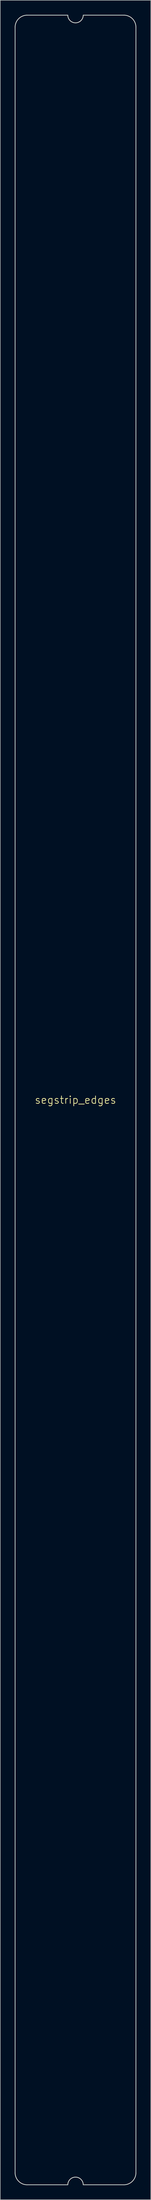
<source format=kicad_pcb>
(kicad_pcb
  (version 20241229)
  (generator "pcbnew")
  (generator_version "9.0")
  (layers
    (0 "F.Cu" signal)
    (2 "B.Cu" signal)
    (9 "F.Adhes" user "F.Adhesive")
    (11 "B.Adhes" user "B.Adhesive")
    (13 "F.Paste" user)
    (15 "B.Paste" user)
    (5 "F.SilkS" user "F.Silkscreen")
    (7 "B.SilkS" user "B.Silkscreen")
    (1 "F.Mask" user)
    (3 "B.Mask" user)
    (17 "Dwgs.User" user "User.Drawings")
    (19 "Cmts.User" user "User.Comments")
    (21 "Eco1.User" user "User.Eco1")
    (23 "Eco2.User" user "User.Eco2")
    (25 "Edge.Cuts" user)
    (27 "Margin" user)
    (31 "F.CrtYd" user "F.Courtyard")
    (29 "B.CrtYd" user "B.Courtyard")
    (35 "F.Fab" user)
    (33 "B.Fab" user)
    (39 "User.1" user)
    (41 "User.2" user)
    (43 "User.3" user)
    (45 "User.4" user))
  (footprint "segstrip_edges"
    (layer "F.Cu")
    (at 12.574 223.574)
    (property "Reference" "segstrip_edges" (at 0 0 0) (layer "F.SilkS") (effects (font (size 1.524 1.524) (thickness 0.15))))
    (attr through_hole)
    (fp_line (start -12.5 -221) (end -12.5 221) (stroke (width 0.148) (type solid)) (layer "Edge.Cuts"))
    (fp_line (start -12.5 221) (end -12.497 221.129) (stroke (width 0.148) (type solid)) (layer "Edge.Cuts"))
    (fp_line (start -12.497 -221.129) (end -12.5 -221) (stroke (width 0.148) (type solid)) (layer "Edge.Cuts"))
    (fp_line (start -12.497 221.129) (end -12.487 221.256) (stroke (width 0.148) (type solid)) (layer "Edge.Cuts"))
    (fp_line (start -12.487 -221.256) (end -12.497 -221.129) (stroke (width 0.148) (type solid)) (layer "Edge.Cuts"))
    (fp_line (start -12.487 221.256) (end -12.471 221.382) (stroke (width 0.148) (type solid)) (layer "Edge.Cuts"))
    (fp_line (start -12.471 -221.382) (end -12.487 -221.256) (stroke (width 0.148) (type solid)) (layer "Edge.Cuts"))
    (fp_line (start -12.471 221.382) (end -12.449 221.505) (stroke (width 0.148) (type solid)) (layer "Edge.Cuts"))
    (fp_line (start -12.449 -221.505) (end -12.471 -221.382) (stroke (width 0.148) (type solid)) (layer "Edge.Cuts"))
    (fp_line (start -12.449 221.505) (end -12.422 221.626) (stroke (width 0.148) (type solid)) (layer "Edge.Cuts"))
    (fp_line (start -12.422 -221.626) (end -12.449 -221.505) (stroke (width 0.148) (type solid)) (layer "Edge.Cuts"))
    (fp_line (start -12.422 221.626) (end -12.388 221.745) (stroke (width 0.148) (type solid)) (layer "Edge.Cuts"))
    (fp_line (start -12.388 -221.745) (end -12.422 -221.626) (stroke (width 0.148) (type solid)) (layer "Edge.Cuts"))
    (fp_line (start -12.388 221.745) (end -12.349 221.861) (stroke (width 0.148) (type solid)) (layer "Edge.Cuts"))
    (fp_line (start -12.349 -221.861) (end -12.388 -221.745) (stroke (width 0.148) (type solid)) (layer "Edge.Cuts"))
    (fp_line (start -12.349 221.861) (end -12.304 221.975) (stroke (width 0.148) (type solid)) (layer "Edge.Cuts"))
    (fp_line (start -12.304 -221.975) (end -12.349 -221.861) (stroke (width 0.148) (type solid)) (layer "Edge.Cuts"))
    (fp_line (start -12.304 221.975) (end -12.254 222.086) (stroke (width 0.148) (type solid)) (layer "Edge.Cuts"))
    (fp_line (start -12.254 -222.086) (end -12.304 -221.975) (stroke (width 0.148) (type solid)) (layer "Edge.Cuts"))
    (fp_line (start -12.254 222.086) (end -12.199 222.194) (stroke (width 0.148) (type solid)) (layer "Edge.Cuts"))
    (fp_line (start -12.199 -222.194) (end -12.254 -222.086) (stroke (width 0.148) (type solid)) (layer "Edge.Cuts"))
    (fp_line (start -12.199 222.194) (end -12.139 222.298) (stroke (width 0.148) (type solid)) (layer "Edge.Cuts"))
    (fp_line (start -12.139 -222.298) (end -12.199 -222.194) (stroke (width 0.148) (type solid)) (layer "Edge.Cuts"))
    (fp_line (start -12.139 222.298) (end -12.074 222.4) (stroke (width 0.148) (type solid)) (layer "Edge.Cuts"))
    (fp_line (start -12.074 -222.4) (end -12.139 -222.298) (stroke (width 0.148) (type solid)) (layer "Edge.Cuts"))
    (fp_line (start -12.074 222.4) (end -12.005 222.498) (stroke (width 0.148) (type solid)) (layer "Edge.Cuts"))
    (fp_line (start -12.005 -222.498) (end -12.074 -222.4) (stroke (width 0.148) (type solid)) (layer "Edge.Cuts"))
    (fp_line (start -12.005 222.498) (end -11.93 222.592) (stroke (width 0.148) (type solid)) (layer "Edge.Cuts"))
    (fp_line (start -11.93 -222.592) (end -12.005 -222.498) (stroke (width 0.148) (type solid)) (layer "Edge.Cuts"))
    (fp_line (start -11.93 222.592) (end -11.852 222.683) (stroke (width 0.148) (type solid)) (layer "Edge.Cuts"))
    (fp_line (start -11.852 -222.683) (end -11.93 -222.592) (stroke (width 0.148) (type solid)) (layer "Edge.Cuts"))
    (fp_line (start -11.852 222.683) (end -11.769 222.769) (stroke (width 0.148) (type solid)) (layer "Edge.Cuts"))
    (fp_line (start -11.769 -222.769) (end -11.852 -222.683) (stroke (width 0.148) (type solid)) (layer "Edge.Cuts"))
    (fp_line (start -11.769 222.769) (end -11.683 222.852) (stroke (width 0.148) (type solid)) (layer "Edge.Cuts"))
    (fp_line (start -11.683 -222.852) (end -11.769 -222.769) (stroke (width 0.148) (type solid)) (layer "Edge.Cuts"))
    (fp_line (start -11.683 222.852) (end -11.592 222.931) (stroke (width 0.148) (type solid)) (layer "Edge.Cuts"))
    (fp_line (start -11.592 -222.931) (end -11.683 -222.852) (stroke (width 0.148) (type solid)) (layer "Edge.Cuts"))
    (fp_line (start -11.592 222.931) (end -11.498 223.005) (stroke (width 0.148) (type solid)) (layer "Edge.Cuts"))
    (fp_line (start -11.498 -223.005) (end -11.592 -222.931) (stroke (width 0.148) (type solid)) (layer "Edge.Cuts"))
    (fp_line (start -11.498 223.005) (end -11.4 223.074) (stroke (width 0.148) (type solid)) (layer "Edge.Cuts"))
    (fp_line (start -11.4 -223.074) (end -11.498 -223.005) (stroke (width 0.148) (type solid)) (layer "Edge.Cuts"))
    (fp_line (start -11.4 223.074) (end -11.298 223.139) (stroke (width 0.148) (type solid)) (layer "Edge.Cuts"))
    (fp_line (start -11.298 -223.139) (end -11.4 -223.074) (stroke (width 0.148) (type solid)) (layer "Edge.Cuts"))
    (fp_line (start -11.298 223.139) (end -11.193 223.199) (stroke (width 0.148) (type solid)) (layer "Edge.Cuts"))
    (fp_line (start -11.193 -223.199) (end -11.298 -223.139) (stroke (width 0.148) (type solid)) (layer "Edge.Cuts"))
    (fp_line (start -11.193 223.199) (end -11.086 223.254) (stroke (width 0.148) (type solid)) (layer "Edge.Cuts"))
    (fp_line (start -11.086 -223.254) (end -11.193 -223.199) (stroke (width 0.148) (type solid)) (layer "Edge.Cuts"))
    (fp_line (start -11.086 223.254) (end -10.975 223.304) (stroke (width 0.148) (type solid)) (layer "Edge.Cuts"))
    (fp_line (start -10.975 -223.304) (end -11.086 -223.254) (stroke (width 0.148) (type solid)) (layer "Edge.Cuts"))
    (fp_line (start -10.975 223.304) (end -10.861 223.349) (stroke (width 0.148) (type solid)) (layer "Edge.Cuts"))
    (fp_line (start -10.861 -223.349) (end -10.975 -223.304) (stroke (width 0.148) (type solid)) (layer "Edge.Cuts"))
    (fp_line (start -10.861 223.349) (end -10.745 223.388) (stroke (width 0.148) (type solid)) (layer "Edge.Cuts"))
    (fp_line (start -10.745 -223.388) (end -10.861 -223.349) (stroke (width 0.148) (type solid)) (layer "Edge.Cuts"))
    (fp_line (start -10.745 223.388) (end -10.626 223.422) (stroke (width 0.148) (type solid)) (layer "Edge.Cuts"))
    (fp_line (start -10.626 -223.422) (end -10.745 -223.388) (stroke (width 0.148) (type solid)) (layer "Edge.Cuts"))
    (fp_line (start -10.626 223.422) (end -10.505 223.449) (stroke (width 0.148) (type solid)) (layer "Edge.Cuts"))
    (fp_line (start -10.505 -223.449) (end -10.626 -223.422) (stroke (width 0.148) (type solid)) (layer "Edge.Cuts"))
    (fp_line (start -10.505 223.449) (end -10.382 223.471) (stroke (width 0.148) (type solid)) (layer "Edge.Cuts"))
    (fp_line (start -10.382 -223.471) (end -10.505 -223.449) (stroke (width 0.148) (type solid)) (layer "Edge.Cuts"))
    (fp_line (start -10.382 223.471) (end -10.256 223.487) (stroke (width 0.148) (type solid)) (layer "Edge.Cuts"))
    (fp_line (start -10.256 -223.487) (end -10.382 -223.471) (stroke (width 0.148) (type solid)) (layer "Edge.Cuts"))
    (fp_line (start -10.256 223.487) (end -10.129 223.497) (stroke (width 0.148) (type solid)) (layer "Edge.Cuts"))
    (fp_line (start -10.129 -223.497) (end -10.256 -223.487) (stroke (width 0.148) (type solid)) (layer "Edge.Cuts"))
    (fp_line (start -10.129 223.497) (end -10 223.5) (stroke (width 0.148) (type solid)) (layer "Edge.Cuts"))
    (fp_line (start -10 -223.5) (end -10.129 -223.497) (stroke (width 0.148) (type solid)) (layer "Edge.Cuts"))
    (fp_line (start -10 223.5) (end -1.599 223.5) (stroke (width 0.148) (type solid)) (layer "Edge.Cuts"))
    (fp_line (start -1.599 -223.5) (end -10 -223.5) (stroke (width 0.148) (type solid)) (layer "Edge.Cuts"))
    (fp_line (start -1.599 223.5) (end -1.596 223.418) (stroke (width 0.148) (type solid)) (layer "Edge.Cuts"))
    (fp_line (start -1.596 -223.418) (end -1.599 -223.5) (stroke (width 0.148) (type solid)) (layer "Edge.Cuts"))
    (fp_line (start -1.596 223.418) (end -1.589 223.338) (stroke (width 0.148) (type solid)) (layer "Edge.Cuts"))
    (fp_line (start -1.589 -223.338) (end -1.596 -223.418) (stroke (width 0.148) (type solid)) (layer "Edge.Cuts"))
    (fp_line (start -1.589 223.338) (end -1.578 223.259) (stroke (width 0.148) (type solid)) (layer "Edge.Cuts"))
    (fp_line (start -1.578 -223.259) (end -1.589 -223.338) (stroke (width 0.148) (type solid)) (layer "Edge.Cuts"))
    (fp_line (start -1.578 223.259) (end -1.563 223.181) (stroke (width 0.148) (type solid)) (layer "Edge.Cuts"))
    (fp_line (start -1.563 -223.181) (end -1.578 -223.259) (stroke (width 0.148) (type solid)) (layer "Edge.Cuts"))
    (fp_line (start -1.563 223.181) (end -1.544 223.104) (stroke (width 0.148) (type solid)) (layer "Edge.Cuts"))
    (fp_line (start -1.545 -223.104) (end -1.563 -223.181) (stroke (width 0.148) (type solid)) (layer "Edge.Cuts"))
    (fp_line (start -1.544 223.104) (end -1.522 223.029) (stroke (width 0.148) (type solid)) (layer "Edge.Cuts"))
    (fp_line (start -1.523 -223.029) (end -1.545 -223.104) (stroke (width 0.148) (type solid)) (layer "Edge.Cuts"))
    (fp_line (start -1.522 223.029) (end -1.497 222.956) (stroke (width 0.148) (type solid)) (layer "Edge.Cuts"))
    (fp_line (start -1.497 -222.956) (end -1.523 -223.029) (stroke (width 0.148) (type solid)) (layer "Edge.Cuts"))
    (fp_line (start -1.497 222.956) (end -1.468 222.884) (stroke (width 0.148) (type solid)) (layer "Edge.Cuts"))
    (fp_line (start -1.468 -222.884) (end -1.497 -222.956) (stroke (width 0.148) (type solid)) (layer "Edge.Cuts"))
    (fp_line (start -1.468 222.884) (end -1.435 222.814) (stroke (width 0.148) (type solid)) (layer "Edge.Cuts"))
    (fp_line (start -1.436 -222.814) (end -1.468 -222.884) (stroke (width 0.148) (type solid)) (layer "Edge.Cuts"))
    (fp_line (start -1.435 222.814) (end -1.4 222.746) (stroke (width 0.148) (type solid)) (layer "Edge.Cuts"))
    (fp_line (start -1.4 -222.746) (end -1.436 -222.814) (stroke (width 0.148) (type solid)) (layer "Edge.Cuts"))
    (fp_line (start -1.4 222.746) (end -1.361 222.68) (stroke (width 0.148) (type solid)) (layer "Edge.Cuts"))
    (fp_line (start -1.361 -222.679) (end -1.4 -222.746) (stroke (width 0.148) (type solid)) (layer "Edge.Cuts"))
    (fp_line (start -1.361 222.68) (end -1.319 222.615) (stroke (width 0.148) (type solid)) (layer "Edge.Cuts"))
    (fp_line (start -1.319 -222.615) (end -1.361 -222.679) (stroke (width 0.148) (type solid)) (layer "Edge.Cuts"))
    (fp_line (start -1.319 222.615) (end -1.274 222.554) (stroke (width 0.148) (type solid)) (layer "Edge.Cuts"))
    (fp_line (start -1.275 -222.553) (end -1.319 -222.615) (stroke (width 0.148) (type solid)) (layer "Edge.Cuts"))
    (fp_line (start -1.274 222.554) (end -1.227 222.494) (stroke (width 0.148) (type solid)) (layer "Edge.Cuts"))
    (fp_line (start -1.227 -222.494) (end -1.275 -222.553) (stroke (width 0.148) (type solid)) (layer "Edge.Cuts"))
    (fp_line (start -1.227 222.494) (end -1.177 222.437) (stroke (width 0.148) (type solid)) (layer "Edge.Cuts"))
    (fp_line (start -1.177 -222.436) (end -1.227 -222.494) (stroke (width 0.148) (type solid)) (layer "Edge.Cuts"))
    (fp_line (start -1.177 222.437) (end -1.124 222.382) (stroke (width 0.148) (type solid)) (layer "Edge.Cuts"))
    (fp_line (start -1.124 -222.382) (end -1.177 -222.436) (stroke (width 0.148) (type solid)) (layer "Edge.Cuts"))
    (fp_line (start -1.124 222.382) (end -1.068 222.33) (stroke (width 0.148) (type solid)) (layer "Edge.Cuts"))
    (fp_line (start -1.069 -222.329) (end -1.124 -222.382) (stroke (width 0.148) (type solid)) (layer "Edge.Cuts"))
    (fp_line (start -1.068 222.33) (end -1.01 222.28) (stroke (width 0.148) (type solid)) (layer "Edge.Cuts"))
    (fp_line (start -1.011 -222.28) (end -1.069 -222.329) (stroke (width 0.148) (type solid)) (layer "Edge.Cuts"))
    (fp_line (start -1.01 222.28) (end -0.95 222.233) (stroke (width 0.148) (type solid)) (layer "Edge.Cuts"))
    (fp_line (start -0.951 -222.233) (end -1.011 -222.28) (stroke (width 0.148) (type solid)) (layer "Edge.Cuts"))
    (fp_line (start -0.95 222.233) (end -0.888 222.189) (stroke (width 0.148) (type solid)) (layer "Edge.Cuts"))
    (fp_line (start -0.888 -222.189) (end -0.951 -222.233) (stroke (width 0.148) (type solid)) (layer "Edge.Cuts"))
    (fp_line (start -0.888 222.189) (end -0.823 222.148) (stroke (width 0.148) (type solid)) (layer "Edge.Cuts"))
    (fp_line (start -0.823 -222.148) (end -0.888 -222.189) (stroke (width 0.148) (type solid)) (layer "Edge.Cuts"))
    (fp_line (start -0.823 222.148) (end -0.757 222.11) (stroke (width 0.148) (type solid)) (layer "Edge.Cuts"))
    (fp_line (start -0.757 -222.11) (end -0.823 -222.148) (stroke (width 0.148) (type solid)) (layer "Edge.Cuts"))
    (fp_line (start -0.757 222.11) (end -0.688 222.075) (stroke (width 0.148) (type solid)) (layer "Edge.Cuts"))
    (fp_line (start -0.688 -222.075) (end -0.757 -222.11) (stroke (width 0.148) (type solid)) (layer "Edge.Cuts"))
    (fp_line (start -0.688 222.075) (end -0.618 222.044) (stroke (width 0.148) (type solid)) (layer "Edge.Cuts"))
    (fp_line (start -0.618 -222.044) (end -0.688 -222.075) (stroke (width 0.148) (type solid)) (layer "Edge.Cuts"))
    (fp_line (start -0.618 222.044) (end -0.546 222.016) (stroke (width 0.148) (type solid)) (layer "Edge.Cuts"))
    (fp_line (start -0.546 -222.015) (end -0.618 -222.044) (stroke (width 0.148) (type solid)) (layer "Edge.Cuts"))
    (fp_line (start -0.546 222.016) (end -0.472 221.991) (stroke (width 0.148) (type solid)) (layer "Edge.Cuts"))
    (fp_line (start -0.472 -221.991) (end -0.546 -222.015) (stroke (width 0.148) (type solid)) (layer "Edge.Cuts"))
    (fp_line (start -0.472 221.991) (end -0.396 221.97) (stroke (width 0.148) (type solid)) (layer "Edge.Cuts"))
    (fp_line (start -0.397 -221.969) (end -0.472 -221.991) (stroke (width 0.148) (type solid)) (layer "Edge.Cuts"))
    (fp_line (start -0.396 221.97) (end -0.32 221.952) (stroke (width 0.148) (type solid)) (layer "Edge.Cuts"))
    (fp_line (start -0.32 -221.952) (end -0.397 -221.969) (stroke (width 0.148) (type solid)) (layer "Edge.Cuts"))
    (fp_line (start -0.32 221.952) (end -0.242 221.938) (stroke (width 0.148) (type solid)) (layer "Edge.Cuts"))
    (fp_line (start -0.242 -221.938) (end -0.32 -221.952) (stroke (width 0.148) (type solid)) (layer "Edge.Cuts"))
    (fp_line (start -0.242 221.938) (end -0.162 221.928) (stroke (width 0.148) (type solid)) (layer "Edge.Cuts"))
    (fp_line (start -0.162 -221.928) (end -0.242 -221.938) (stroke (width 0.148) (type solid)) (layer "Edge.Cuts"))
    (fp_line (start -0.162 221.928) (end -0.082 221.922) (stroke (width 0.148) (type solid)) (layer "Edge.Cuts"))
    (fp_line (start -0.082 -221.922) (end -0.162 -221.928) (stroke (width 0.148) (type solid)) (layer "Edge.Cuts"))
    (fp_line (start -0.082 221.922) (end 0 221.92) (stroke (width 0.148) (type solid)) (layer "Edge.Cuts"))
    (fp_line (start 0 -221.92) (end -0.082 -221.922) (stroke (width 0.148) (type solid)) (layer "Edge.Cuts"))
    (fp_line (start 0 221.92) (end 0.082 221.922) (stroke (width 0.148) (type solid)) (layer "Edge.Cuts"))
    (fp_line (start 0.082 -221.922) (end 0 -221.92) (stroke (width 0.148) (type solid)) (layer "Edge.Cuts"))
    (fp_line (start 0.082 221.922) (end 0.162 221.928) (stroke (width 0.148) (type solid)) (layer "Edge.Cuts"))
    (fp_line (start 0.162 -221.928) (end 0.082 -221.922) (stroke (width 0.148) (type solid)) (layer "Edge.Cuts"))
    (fp_line (start 0.162 221.928) (end 0.242 221.938) (stroke (width 0.148) (type solid)) (layer "Edge.Cuts"))
    (fp_line (start 0.242 -221.938) (end 0.162 -221.928) (stroke (width 0.148) (type solid)) (layer "Edge.Cuts"))
    (fp_line (start 0.242 221.938) (end 0.32 221.952) (stroke (width 0.148) (type solid)) (layer "Edge.Cuts"))
    (fp_line (start 0.32 -221.952) (end 0.242 -221.938) (stroke (width 0.148) (type solid)) (layer "Edge.Cuts"))
    (fp_line (start 0.32 221.952) (end 0.397 221.969) (stroke (width 0.148) (type solid)) (layer "Edge.Cuts"))
    (fp_line (start 0.396 -221.97) (end 0.32 -221.952) (stroke (width 0.148) (type solid)) (layer "Edge.Cuts"))
    (fp_line (start 0.397 221.969) (end 0.472 221.991) (stroke (width 0.148) (type solid)) (layer "Edge.Cuts"))
    (fp_line (start 0.472 -221.991) (end 0.396 -221.97) (stroke (width 0.148) (type solid)) (layer "Edge.Cuts"))
    (fp_line (start 0.472 221.991) (end 0.546 222.015) (stroke (width 0.148) (type solid)) (layer "Edge.Cuts"))
    (fp_line (start 0.546 -222.016) (end 0.472 -221.991) (stroke (width 0.148) (type solid)) (layer "Edge.Cuts"))
    (fp_line (start 0.546 222.015) (end 0.618 222.044) (stroke (width 0.148) (type solid)) (layer "Edge.Cuts"))
    (fp_line (start 0.618 -222.044) (end 0.546 -222.016) (stroke (width 0.148) (type solid)) (layer "Edge.Cuts"))
    (fp_line (start 0.618 222.044) (end 0.688 222.075) (stroke (width 0.148) (type solid)) (layer "Edge.Cuts"))
    (fp_line (start 0.688 -222.075) (end 0.618 -222.044) (stroke (width 0.148) (type solid)) (layer "Edge.Cuts"))
    (fp_line (start 0.688 222.075) (end 0.757 222.11) (stroke (width 0.148) (type solid)) (layer "Edge.Cuts"))
    (fp_line (start 0.757 -222.11) (end 0.688 -222.075) (stroke (width 0.148) (type solid)) (layer "Edge.Cuts"))
    (fp_line (start 0.757 222.11) (end 0.823 222.148) (stroke (width 0.148) (type solid)) (layer "Edge.Cuts"))
    (fp_line (start 0.823 -222.148) (end 0.757 -222.11) (stroke (width 0.148) (type solid)) (layer "Edge.Cuts"))
    (fp_line (start 0.823 222.148) (end 0.888 222.189) (stroke (width 0.148) (type solid)) (layer "Edge.Cuts"))
    (fp_line (start 0.888 -222.189) (end 0.823 -222.148) (stroke (width 0.148) (type solid)) (layer "Edge.Cuts"))
    (fp_line (start 0.888 222.189) (end 0.951 222.233) (stroke (width 0.148) (type solid)) (layer "Edge.Cuts"))
    (fp_line (start 0.95 -222.233) (end 0.888 -222.189) (stroke (width 0.148) (type solid)) (layer "Edge.Cuts"))
    (fp_line (start 0.951 222.233) (end 1.011 222.28) (stroke (width 0.148) (type solid)) (layer "Edge.Cuts"))
    (fp_line (start 1.01 -222.28) (end 0.95 -222.233) (stroke (width 0.148) (type solid)) (layer "Edge.Cuts"))
    (fp_line (start 1.011 222.28) (end 1.069 222.329) (stroke (width 0.148) (type solid)) (layer "Edge.Cuts"))
    (fp_line (start 1.068 -222.33) (end 1.01 -222.28) (stroke (width 0.148) (type solid)) (layer "Edge.Cuts"))
    (fp_line (start 1.069 222.329) (end 1.124 222.382) (stroke (width 0.148) (type solid)) (layer "Edge.Cuts"))
    (fp_line (start 1.124 -222.382) (end 1.068 -222.33) (stroke (width 0.148) (type solid)) (layer "Edge.Cuts"))
    (fp_line (start 1.124 222.382) (end 1.177 222.436) (stroke (width 0.148) (type solid)) (layer "Edge.Cuts"))
    (fp_line (start 1.177 -222.437) (end 1.124 -222.382) (stroke (width 0.148) (type solid)) (layer "Edge.Cuts"))
    (fp_line (start 1.177 222.436) (end 1.227 222.494) (stroke (width 0.148) (type solid)) (layer "Edge.Cuts"))
    (fp_line (start 1.227 -222.494) (end 1.177 -222.437) (stroke (width 0.148) (type solid)) (layer "Edge.Cuts"))
    (fp_line (start 1.227 222.494) (end 1.275 222.553) (stroke (width 0.148) (type solid)) (layer "Edge.Cuts"))
    (fp_line (start 1.274 -222.554) (end 1.227 -222.494) (stroke (width 0.148) (type solid)) (layer "Edge.Cuts"))
    (fp_line (start 1.275 222.553) (end 1.32 222.615) (stroke (width 0.148) (type solid)) (layer "Edge.Cuts"))
    (fp_line (start 1.319 -222.615) (end 1.274 -222.554) (stroke (width 0.148) (type solid)) (layer "Edge.Cuts"))
    (fp_line (start 1.32 222.615) (end 1.361 222.679) (stroke (width 0.148) (type solid)) (layer "Edge.Cuts"))
    (fp_line (start 1.361 -222.68) (end 1.319 -222.615) (stroke (width 0.148) (type solid)) (layer "Edge.Cuts"))
    (fp_line (start 1.361 222.679) (end 1.4 222.746) (stroke (width 0.148) (type solid)) (layer "Edge.Cuts"))
    (fp_line (start 1.4 -222.746) (end 1.361 -222.68) (stroke (width 0.148) (type solid)) (layer "Edge.Cuts"))
    (fp_line (start 1.4 222.746) (end 1.436 222.814) (stroke (width 0.148) (type solid)) (layer "Edge.Cuts"))
    (fp_line (start 1.435 -222.814) (end 1.4 -222.746) (stroke (width 0.148) (type solid)) (layer "Edge.Cuts"))
    (fp_line (start 1.436 222.814) (end 1.468 222.884) (stroke (width 0.148) (type solid)) (layer "Edge.Cuts"))
    (fp_line (start 1.468 -222.884) (end 1.435 -222.814) (stroke (width 0.148) (type solid)) (layer "Edge.Cuts"))
    (fp_line (start 1.468 222.884) (end 1.497 222.956) (stroke (width 0.148) (type solid)) (layer "Edge.Cuts"))
    (fp_line (start 1.497 -222.956) (end 1.468 -222.884) (stroke (width 0.148) (type solid)) (layer "Edge.Cuts"))
    (fp_line (start 1.497 222.956) (end 1.523 223.029) (stroke (width 0.148) (type solid)) (layer "Edge.Cuts"))
    (fp_line (start 1.522 -223.029) (end 1.497 -222.956) (stroke (width 0.148) (type solid)) (layer "Edge.Cuts"))
    (fp_line (start 1.523 223.029) (end 1.545 223.104) (stroke (width 0.148) (type solid)) (layer "Edge.Cuts"))
    (fp_line (start 1.544 -223.104) (end 1.522 -223.029) (stroke (width 0.148) (type solid)) (layer "Edge.Cuts"))
    (fp_line (start 1.545 223.104) (end 1.563 223.181) (stroke (width 0.148) (type solid)) (layer "Edge.Cuts"))
    (fp_line (start 1.563 -223.181) (end 1.544 -223.104) (stroke (width 0.148) (type solid)) (layer "Edge.Cuts"))
    (fp_line (start 1.563 223.181) (end 1.578 223.259) (stroke (width 0.148) (type solid)) (layer "Edge.Cuts"))
    (fp_line (start 1.578 -223.259) (end 1.563 -223.181) (stroke (width 0.148) (type solid)) (layer "Edge.Cuts"))
    (fp_line (start 1.578 223.259) (end 1.589 223.338) (stroke (width 0.148) (type solid)) (layer "Edge.Cuts"))
    (fp_line (start 1.589 -223.338) (end 1.578 -223.259) (stroke (width 0.148) (type solid)) (layer "Edge.Cuts"))
    (fp_line (start 1.589 223.338) (end 1.596 223.418) (stroke (width 0.148) (type solid)) (layer "Edge.Cuts"))
    (fp_line (start 1.596 -223.418) (end 1.589 -223.338) (stroke (width 0.148) (type solid)) (layer "Edge.Cuts"))
    (fp_line (start 1.596 223.418) (end 1.599 223.5) (stroke (width 0.148) (type solid)) (layer "Edge.Cuts"))
    (fp_line (start 1.599 -223.5) (end 1.596 -223.418) (stroke (width 0.148) (type solid)) (layer "Edge.Cuts"))
    (fp_line (start 1.599 223.5) (end 10 223.5) (stroke (width 0.148) (type solid)) (layer "Edge.Cuts"))
    (fp_line (start 10 -223.5) (end 1.599 -223.5) (stroke (width 0.148) (type solid)) (layer "Edge.Cuts"))
    (fp_line (start 10 223.5) (end 10.129 223.497) (stroke (width 0.148) (type solid)) (layer "Edge.Cuts"))
    (fp_line (start 10.129 -223.497) (end 10 -223.5) (stroke (width 0.148) (type solid)) (layer "Edge.Cuts"))
    (fp_line (start 10.129 223.497) (end 10.256 223.487) (stroke (width 0.148) (type solid)) (layer "Edge.Cuts"))
    (fp_line (start 10.256 -223.487) (end 10.129 -223.497) (stroke (width 0.148) (type solid)) (layer "Edge.Cuts"))
    (fp_line (start 10.256 223.487) (end 10.382 223.471) (stroke (width 0.148) (type solid)) (layer "Edge.Cuts"))
    (fp_line (start 10.382 -223.471) (end 10.256 -223.487) (stroke (width 0.148) (type solid)) (layer "Edge.Cuts"))
    (fp_line (start 10.382 223.471) (end 10.505 223.449) (stroke (width 0.148) (type solid)) (layer "Edge.Cuts"))
    (fp_line (start 10.505 -223.449) (end 10.382 -223.471) (stroke (width 0.148) (type solid)) (layer "Edge.Cuts"))
    (fp_line (start 10.505 223.449) (end 10.626 223.422) (stroke (width 0.148) (type solid)) (layer "Edge.Cuts"))
    (fp_line (start 10.626 -223.422) (end 10.505 -223.449) (stroke (width 0.148) (type solid)) (layer "Edge.Cuts"))
    (fp_line (start 10.626 223.422) (end 10.745 223.388) (stroke (width 0.148) (type solid)) (layer "Edge.Cuts"))
    (fp_line (start 10.745 -223.388) (end 10.626 -223.422) (stroke (width 0.148) (type solid)) (layer "Edge.Cuts"))
    (fp_line (start 10.745 223.388) (end 10.861 223.349) (stroke (width 0.148) (type solid)) (layer "Edge.Cuts"))
    (fp_line (start 10.861 -223.349) (end 10.745 -223.388) (stroke (width 0.148) (type solid)) (layer "Edge.Cuts"))
    (fp_line (start 10.861 223.349) (end 10.975 223.304) (stroke (width 0.148) (type solid)) (layer "Edge.Cuts"))
    (fp_line (start 10.975 -223.304) (end 10.861 -223.349) (stroke (width 0.148) (type solid)) (layer "Edge.Cuts"))
    (fp_line (start 10.975 223.304) (end 11.086 223.254) (stroke (width 0.148) (type solid)) (layer "Edge.Cuts"))
    (fp_line (start 11.086 -223.254) (end 10.975 -223.304) (stroke (width 0.148) (type solid)) (layer "Edge.Cuts"))
    (fp_line (start 11.086 223.254) (end 11.193 223.199) (stroke (width 0.148) (type solid)) (layer "Edge.Cuts"))
    (fp_line (start 11.193 -223.199) (end 11.086 -223.254) (stroke (width 0.148) (type solid)) (layer "Edge.Cuts"))
    (fp_line (start 11.193 223.199) (end 11.298 223.139) (stroke (width 0.148) (type solid)) (layer "Edge.Cuts"))
    (fp_line (start 11.298 -223.139) (end 11.193 -223.199) (stroke (width 0.148) (type solid)) (layer "Edge.Cuts"))
    (fp_line (start 11.298 223.139) (end 11.4 223.074) (stroke (width 0.148) (type solid)) (layer "Edge.Cuts"))
    (fp_line (start 11.4 -223.074) (end 11.298 -223.139) (stroke (width 0.148) (type solid)) (layer "Edge.Cuts"))
    (fp_line (start 11.4 223.074) (end 11.498 223.005) (stroke (width 0.148) (type solid)) (layer "Edge.Cuts"))
    (fp_line (start 11.498 -223.005) (end 11.4 -223.074) (stroke (width 0.148) (type solid)) (layer "Edge.Cuts"))
    (fp_line (start 11.498 223.005) (end 11.592 222.931) (stroke (width 0.148) (type solid)) (layer "Edge.Cuts"))
    (fp_line (start 11.592 -222.931) (end 11.498 -223.005) (stroke (width 0.148) (type solid)) (layer "Edge.Cuts"))
    (fp_line (start 11.592 222.931) (end 11.683 222.852) (stroke (width 0.148) (type solid)) (layer "Edge.Cuts"))
    (fp_line (start 11.683 -222.852) (end 11.592 -222.931) (stroke (width 0.148) (type solid)) (layer "Edge.Cuts"))
    (fp_line (start 11.683 222.852) (end 11.769 222.769) (stroke (width 0.148) (type solid)) (layer "Edge.Cuts"))
    (fp_line (start 11.769 -222.769) (end 11.683 -222.852) (stroke (width 0.148) (type solid)) (layer "Edge.Cuts"))
    (fp_line (start 11.769 222.769) (end 11.852 222.683) (stroke (width 0.148) (type solid)) (layer "Edge.Cuts"))
    (fp_line (start 11.852 -222.683) (end 11.769 -222.769) (stroke (width 0.148) (type solid)) (layer "Edge.Cuts"))
    (fp_line (start 11.852 222.683) (end 11.93 222.592) (stroke (width 0.148) (type solid)) (layer "Edge.Cuts"))
    (fp_line (start 11.93 -222.592) (end 11.852 -222.683) (stroke (width 0.148) (type solid)) (layer "Edge.Cuts"))
    (fp_line (start 11.93 222.592) (end 12.005 222.498) (stroke (width 0.148) (type solid)) (layer "Edge.Cuts"))
    (fp_line (start 12.005 -222.498) (end 11.93 -222.592) (stroke (width 0.148) (type solid)) (layer "Edge.Cuts"))
    (fp_line (start 12.005 222.498) (end 12.074 222.4) (stroke (width 0.148) (type solid)) (layer "Edge.Cuts"))
    (fp_line (start 12.074 -222.4) (end 12.005 -222.498) (stroke (width 0.148) (type solid)) (layer "Edge.Cuts"))
    (fp_line (start 12.074 222.4) (end 12.139 222.298) (stroke (width 0.148) (type solid)) (layer "Edge.Cuts"))
    (fp_line (start 12.139 -222.298) (end 12.074 -222.4) (stroke (width 0.148) (type solid)) (layer "Edge.Cuts"))
    (fp_line (start 12.139 222.298) (end 12.199 222.194) (stroke (width 0.148) (type solid)) (layer "Edge.Cuts"))
    (fp_line (start 12.199 -222.194) (end 12.139 -222.298) (stroke (width 0.148) (type solid)) (layer "Edge.Cuts"))
    (fp_line (start 12.199 222.194) (end 12.254 222.086) (stroke (width 0.148) (type solid)) (layer "Edge.Cuts"))
    (fp_line (start 12.254 -222.086) (end 12.199 -222.194) (stroke (width 0.148) (type solid)) (layer "Edge.Cuts"))
    (fp_line (start 12.254 222.086) (end 12.304 221.975) (stroke (width 0.148) (type solid)) (layer "Edge.Cuts"))
    (fp_line (start 12.304 -221.975) (end 12.254 -222.086) (stroke (width 0.148) (type solid)) (layer "Edge.Cuts"))
    (fp_line (start 12.304 221.975) (end 12.349 221.861) (stroke (width 0.148) (type solid)) (layer "Edge.Cuts"))
    (fp_line (start 12.349 -221.861) (end 12.304 -221.975) (stroke (width 0.148) (type solid)) (layer "Edge.Cuts"))
    (fp_line (start 12.349 221.861) (end 12.388 221.745) (stroke (width 0.148) (type solid)) (layer "Edge.Cuts"))
    (fp_line (start 12.388 -221.745) (end 12.349 -221.861) (stroke (width 0.148) (type solid)) (layer "Edge.Cuts"))
    (fp_line (start 12.388 221.745) (end 12.422 221.626) (stroke (width 0.148) (type solid)) (layer "Edge.Cuts"))
    (fp_line (start 12.422 -221.626) (end 12.388 -221.745) (stroke (width 0.148) (type solid)) (layer "Edge.Cuts"))
    (fp_line (start 12.422 221.626) (end 12.449 221.505) (stroke (width 0.148) (type solid)) (layer "Edge.Cuts"))
    (fp_line (start 12.449 -221.505) (end 12.422 -221.626) (stroke (width 0.148) (type solid)) (layer "Edge.Cuts"))
    (fp_line (start 12.449 221.505) (end 12.471 221.382) (stroke (width 0.148) (type solid)) (layer "Edge.Cuts"))
    (fp_line (start 12.471 -221.382) (end 12.449 -221.505) (stroke (width 0.148) (type solid)) (layer "Edge.Cuts"))
    (fp_line (start 12.471 221.382) (end 12.487 221.256) (stroke (width 0.148) (type solid)) (layer "Edge.Cuts"))
    (fp_line (start 12.487 -221.256) (end 12.471 -221.382) (stroke (width 0.148) (type solid)) (layer "Edge.Cuts"))
    (fp_line (start 12.487 221.256) (end 12.497 221.129) (stroke (width 0.148) (type solid)) (layer "Edge.Cuts"))
    (fp_line (start 12.497 -221.129) (end 12.487 -221.256) (stroke (width 0.148) (type solid)) (layer "Edge.Cuts"))
    (fp_line (start 12.497 221.129) (end 12.5 221) (stroke (width 0.148) (type solid)) (layer "Edge.Cuts"))
    (fp_line (start 12.5 -221) (end 12.497 -221.129) (stroke (width 0.148) (type solid)) (layer "Edge.Cuts"))
    (fp_line (start 12.5 221) (end 12.5 -221) (stroke (width 0.148) (type solid)) (layer "Edge.Cuts")))
  (gr_rect
    (start -3 -3)
    (end 28.148 450.149)
    (stroke (width 0.1) (type default))
    (fill no)
    (layer "Edge.Cuts")))
</source>
